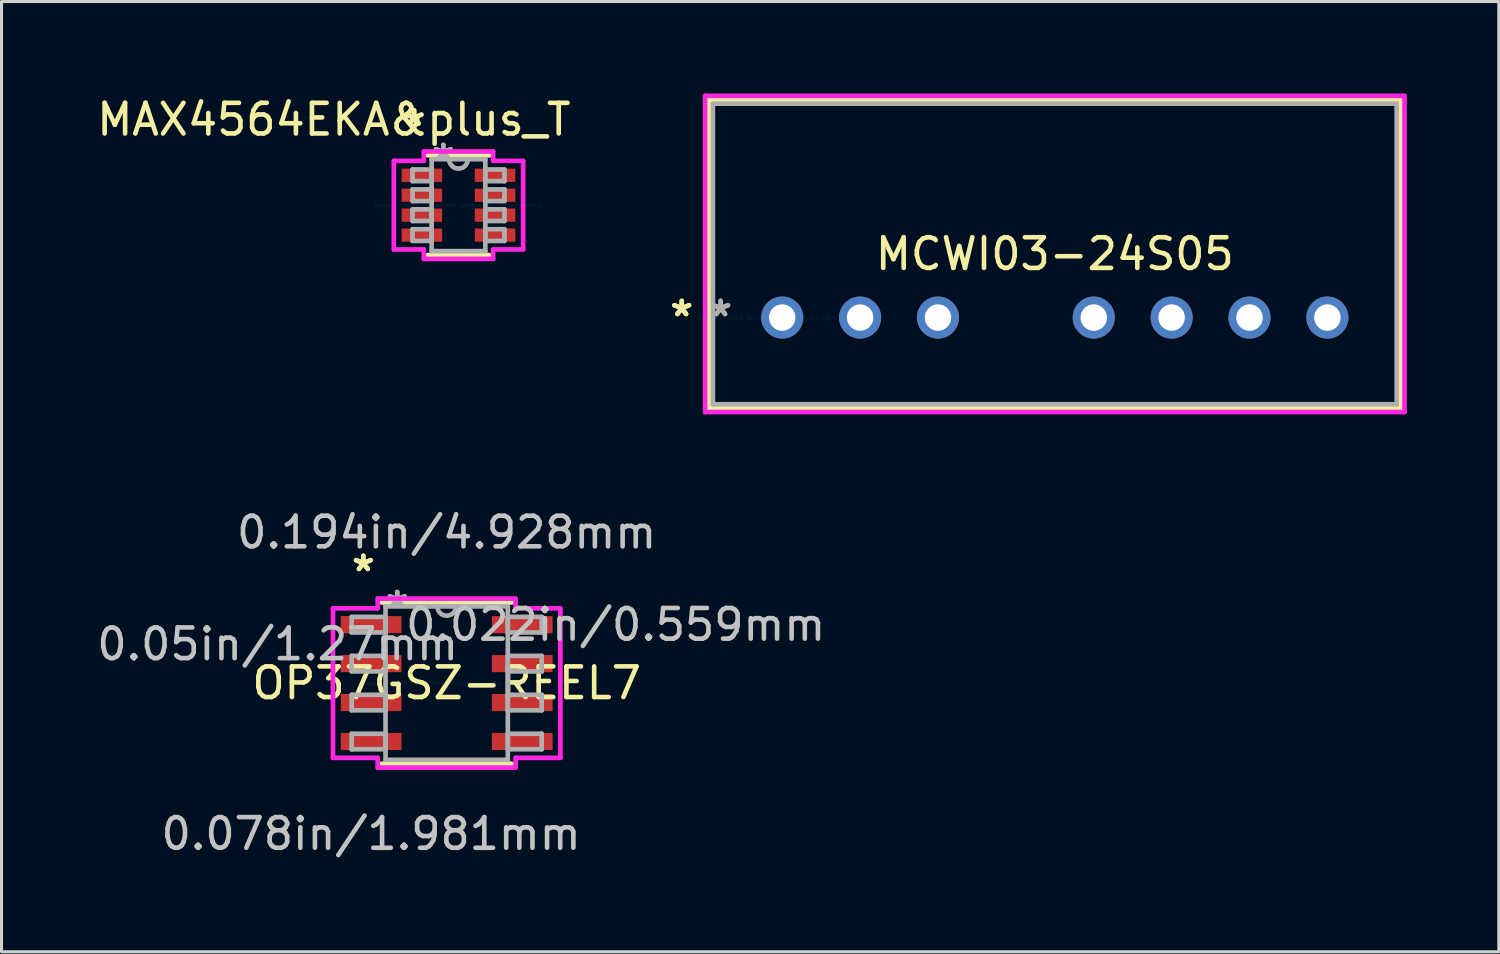
<source format=kicad_pcb>
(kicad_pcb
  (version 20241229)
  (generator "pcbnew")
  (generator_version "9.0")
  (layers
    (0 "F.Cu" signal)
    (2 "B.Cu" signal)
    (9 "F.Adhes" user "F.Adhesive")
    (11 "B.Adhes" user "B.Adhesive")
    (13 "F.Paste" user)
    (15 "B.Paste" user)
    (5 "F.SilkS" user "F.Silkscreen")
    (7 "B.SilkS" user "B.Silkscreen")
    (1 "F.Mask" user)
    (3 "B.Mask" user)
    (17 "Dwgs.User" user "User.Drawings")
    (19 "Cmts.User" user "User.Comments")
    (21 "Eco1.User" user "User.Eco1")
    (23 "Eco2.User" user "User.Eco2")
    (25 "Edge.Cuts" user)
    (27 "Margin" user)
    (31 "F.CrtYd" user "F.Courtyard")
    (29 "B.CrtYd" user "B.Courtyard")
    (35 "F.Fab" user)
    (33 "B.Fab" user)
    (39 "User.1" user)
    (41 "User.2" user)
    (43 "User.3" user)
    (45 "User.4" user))
  (footprint "OP37GSZ-REEL7"
    (layer "F.Cu")
    (at 11.518 19.228)
    (property "Reference" "OP37GSZ-REEL7" (at 0 0 0) (layer "F.SilkS") (effects (font (size 1 1) (thickness 0.15))))
    (attr through_hole)
    (fp_line (start -2.121 2.629) (end 2.121 2.629) (stroke (width 0.152) (type solid)) (layer "F.SilkS"))
    (fp_line (start 2.121 -2.629) (end -2.121 -2.629) (stroke (width 0.152) (type solid)) (layer "F.SilkS"))
    (fp_line (start -3.708 -2.438) (end -2.248 -2.438) (stroke (width 0.152) (type solid)) (layer "F.CrtYd"))
    (fp_line (start -3.708 2.438) (end -3.708 -2.438) (stroke (width 0.152) (type solid)) (layer "F.CrtYd"))
    (fp_line (start -2.248 -2.756) (end 2.248 -2.756) (stroke (width 0.152) (type solid)) (layer "F.CrtYd"))
    (fp_line (start -2.248 -2.438) (end -2.248 -2.756) (stroke (width 0.152) (type solid)) (layer "F.CrtYd"))
    (fp_line (start -2.248 2.438) (end -3.708 2.438) (stroke (width 0.152) (type solid)) (layer "F.CrtYd"))
    (fp_line (start -2.248 2.756) (end -2.248 2.438) (stroke (width 0.152) (type solid)) (layer "F.CrtYd"))
    (fp_line (start 2.248 -2.756) (end 2.248 -2.438) (stroke (width 0.152) (type solid)) (layer "F.CrtYd"))
    (fp_line (start 2.248 -2.438) (end 3.708 -2.438) (stroke (width 0.152) (type solid)) (layer "F.CrtYd"))
    (fp_line (start 2.248 2.438) (end 2.248 2.756) (stroke (width 0.152) (type solid)) (layer "F.CrtYd"))
    (fp_line (start 2.248 2.756) (end -2.248 2.756) (stroke (width 0.152) (type solid)) (layer "F.CrtYd"))
    (fp_line (start 3.708 -2.438) (end 3.708 2.438) (stroke (width 0.152) (type solid)) (layer "F.CrtYd"))
    (fp_line (start 3.708 2.438) (end 2.248 2.438) (stroke (width 0.152) (type solid)) (layer "F.CrtYd"))
    (fp_line (start -3.099 -2.159) (end -3.099 -1.651) (stroke (width 0.152) (type solid)) (layer "F.Fab"))
    (fp_line (start -3.099 -1.651) (end -1.994 -1.651) (stroke (width 0.152) (type solid)) (layer "F.Fab"))
    (fp_line (start -3.099 -0.889) (end -3.099 -0.381) (stroke (width 0.152) (type solid)) (layer "F.Fab"))
    (fp_line (start -3.099 -0.381) (end -1.994 -0.381) (stroke (width 0.152) (type solid)) (layer "F.Fab"))
    (fp_line (start -3.099 0.381) (end -3.099 0.889) (stroke (width 0.152) (type solid)) (layer "F.Fab"))
    (fp_line (start -3.099 0.889) (end -1.994 0.889) (stroke (width 0.152) (type solid)) (layer "F.Fab"))
    (fp_line (start -3.099 1.651) (end -3.099 2.159) (stroke (width 0.152) (type solid)) (layer "F.Fab"))
    (fp_line (start -3.099 2.159) (end -1.994 2.159) (stroke (width 0.152) (type solid)) (layer "F.Fab"))
    (fp_line (start -1.994 -2.502) (end -1.994 2.502) (stroke (width 0.152) (type solid)) (layer "F.Fab"))
    (fp_line (start -1.994 -2.159) (end -3.099 -2.159) (stroke (width 0.152) (type solid)) (layer "F.Fab"))
    (fp_line (start -1.994 -1.651) (end -1.994 -2.159) (stroke (width 0.152) (type solid)) (layer "F.Fab"))
    (fp_line (start -1.994 -0.889) (end -3.099 -0.889) (stroke (width 0.152) (type solid)) (layer "F.Fab"))
    (fp_line (start -1.994 -0.381) (end -1.994 -0.889) (stroke (width 0.152) (type solid)) (layer "F.Fab"))
    (fp_line (start -1.994 0.381) (end -3.099 0.381) (stroke (width 0.152) (type solid)) (layer "F.Fab"))
    (fp_line (start -1.994 0.889) (end -1.994 0.381) (stroke (width 0.152) (type solid)) (layer "F.Fab"))
    (fp_line (start -1.994 1.651) (end -3.099 1.651) (stroke (width 0.152) (type solid)) (layer "F.Fab"))
    (fp_line (start -1.994 2.159) (end -1.994 1.651) (stroke (width 0.152) (type solid)) (layer "F.Fab"))
    (fp_line (start -1.994 2.502) (end 1.994 2.502) (stroke (width 0.152) (type solid)) (layer "F.Fab"))
    (fp_line (start 1.994 -2.502) (end -1.994 -2.502) (stroke (width 0.152) (type solid)) (layer "F.Fab"))
    (fp_line (start 1.994 -2.159) (end 1.994 -1.651) (stroke (width 0.152) (type solid)) (layer "F.Fab"))
    (fp_line (start 1.994 -1.651) (end 3.099 -1.651) (stroke (width 0.152) (type solid)) (layer "F.Fab"))
    (fp_line (start 1.994 -0.889) (end 1.994 -0.381) (stroke (width 0.152) (type solid)) (layer "F.Fab"))
    (fp_line (start 1.994 -0.381) (end 3.099 -0.381) (stroke (width 0.152) (type solid)) (layer "F.Fab"))
    (fp_line (start 1.994 0.381) (end 1.994 0.889) (stroke (width 0.152) (type solid)) (layer "F.Fab"))
    (fp_line (start 1.994 0.889) (end 3.099 0.889) (stroke (width 0.152) (type solid)) (layer "F.Fab"))
    (fp_line (start 1.994 1.651) (end 1.994 2.159) (stroke (width 0.152) (type solid)) (layer "F.Fab"))
    (fp_line (start 1.994 2.159) (end 3.099 2.159) (stroke (width 0.152) (type solid)) (layer "F.Fab"))
    (fp_line (start 1.994 2.502) (end 1.994 -2.502) (stroke (width 0.152) (type solid)) (layer "F.Fab"))
    (fp_line (start 3.099 -2.159) (end 1.994 -2.159) (stroke (width 0.152) (type solid)) (layer "F.Fab"))
    (fp_line (start 3.099 -1.651) (end 3.099 -2.159) (stroke (width 0.152) (type solid)) (layer "F.Fab"))
    (fp_line (start 3.099 -0.889) (end 1.994 -0.889) (stroke (width 0.152) (type solid)) (layer "F.Fab"))
    (fp_line (start 3.099 -0.381) (end 3.099 -0.889) (stroke (width 0.152) (type solid)) (layer "F.Fab"))
    (fp_line (start 3.099 0.381) (end 1.994 0.381) (stroke (width 0.152) (type solid)) (layer "F.Fab"))
    (fp_line (start 3.099 0.889) (end 3.099 0.381) (stroke (width 0.152) (type solid)) (layer "F.Fab"))
    (fp_line (start 3.099 1.651) (end 1.994 1.651) (stroke (width 0.152) (type solid)) (layer "F.Fab"))
    (fp_line (start 3.099 2.159) (end 3.099 1.651) (stroke (width 0.152) (type solid)) (layer "F.Fab"))
    (fp_arc (start 0.3048 -2.5019) (mid 0 -2.1971) (end -0.3048 -2.5019) (stroke (width 0.1524) (type solid)) (layer "F.Fab"))
    (fp_text user "*" (at -2.718 -3.607 0) (layer "F.SilkS") (effects (font (size 1 1) (thickness 0.15))))
    (fp_text user "*" (at -2.718 -3.607 0) (layer "F.SilkS") (effects (font (size 1 1) (thickness 0.15))))
    (fp_text user "0.078in/1.981mm" (at -2.464 4.915 0) (layer "Dwgs.User") (effects (font (size 1 1) (thickness 0.15))))
    (fp_text user "0.194in/4.928mm" (at 0 -4.915 0) (layer "Dwgs.User") (effects (font (size 1 1) (thickness 0.15))))
    (fp_text user "0.05in/1.27mm" (at -5.512 -1.27 0) (layer "Dwgs.User") (effects (font (size 1 1) (thickness 0.15))))
    (fp_text user "0.022in/0.559mm" (at 5.512 -1.905 0) (layer "Dwgs.User") (effects (font (size 1 1) (thickness 0.15))))
    (fp_text user "Copyright 2016 Accelerated Designs. All rights reserved." (at 0 0 0) (layer "Cmts.User") (effects (font (size 0.127 0.127) (thickness 0.002))))
    (fp_text user "*" (at -1.613 -2.426 0) (layer "F.Fab") (effects (font (size 1 1) (thickness 0.15))))
    (fp_text user "*" (at -1.613 -2.426 0) (layer "F.Fab") (effects (font (size 1 1) (thickness 0.15))))
    (pad "1" smd rect (at -2.464 -1.905) (size 1.981 0.559) (layers "F.Cu" "F.Mask" "F.Paste"))
    (pad "2" smd rect (at -2.464 -0.635) (size 1.981 0.559) (layers "F.Cu" "F.Mask" "F.Paste"))
    (pad "3" smd rect (at -2.464 0.635) (size 1.981 0.559) (layers "F.Cu" "F.Mask" "F.Paste"))
    (pad "4" smd rect (at -2.464 1.905) (size 1.981 0.559) (layers "F.Cu" "F.Mask" "F.Paste"))
    (pad "5" smd rect (at 2.464 1.905) (size 1.981 0.559) (layers "F.Cu" "F.Mask" "F.Paste"))
    (pad "6" smd rect (at 2.464 0.635) (size 1.981 0.559) (layers "F.Cu" "F.Mask" "F.Paste"))
    (pad "7" smd rect (at 2.464 -0.635) (size 1.981 0.559) (layers "F.Cu" "F.Mask" "F.Paste"))
    (pad "8" smd rect (at 2.464 -1.905) (size 1.981 0.559) (layers "F.Cu" "F.Mask" "F.Paste")))
  (footprint "MCWI03-24S05"
    (layer "F.Cu")
    (at 22.461 7.307)
    (property "Reference" "MCWI03-24S05" (at 8.89 -2.075 0) (layer "F.SilkS") (effects (font (size 1 1) (thickness 0.15))))
    (attr through_hole)
    (fp_line (start -2.388 -7.104) (end -2.388 2.954) (stroke (width 0.152) (type solid)) (layer "F.SilkS"))
    (fp_line (start -2.388 2.954) (end 20.168 2.954) (stroke (width 0.152) (type solid)) (layer "F.SilkS"))
    (fp_line (start 20.168 -7.104) (end -2.388 -7.104) (stroke (width 0.152) (type solid)) (layer "F.SilkS"))
    (fp_line (start 20.168 2.954) (end 20.168 -7.104) (stroke (width 0.152) (type solid)) (layer "F.SilkS"))
    (fp_line (start -2.515 -7.231) (end 20.295 -7.231) (stroke (width 0.152) (type solid)) (layer "F.CrtYd"))
    (fp_line (start -2.515 3.081) (end -2.515 -7.231) (stroke (width 0.152) (type solid)) (layer "F.CrtYd"))
    (fp_line (start 20.295 -7.231) (end 20.295 3.081) (stroke (width 0.152) (type solid)) (layer "F.CrtYd"))
    (fp_line (start 20.295 3.081) (end -2.515 3.081) (stroke (width 0.152) (type solid)) (layer "F.CrtYd"))
    (fp_line (start -2.261 -6.977) (end -2.261 2.827) (stroke (width 0.152) (type solid)) (layer "F.Fab"))
    (fp_line (start -2.261 2.827) (end 20.041 2.827) (stroke (width 0.152) (type solid)) (layer "F.Fab"))
    (fp_line (start 20.041 -6.977) (end -2.261 -6.977) (stroke (width 0.152) (type solid)) (layer "F.Fab"))
    (fp_line (start 20.041 2.827) (end 20.041 -6.977) (stroke (width 0.152) (type solid)) (layer "F.Fab"))
    (fp_text user "*" (at -3.277 0 0) (layer "F.SilkS") (effects (font (size 1 1) (thickness 0.15))))
    (fp_text user "*" (at -3.277 0 0) (layer "F.SilkS") (effects (font (size 1 1) (thickness 0.15))))
    (fp_text user "Copyright 2016 Accelerated Designs. All rights reserved." (at 0 0 0) (layer "Cmts.User") (effects (font (size 0.127 0.127) (thickness 0.002))))
    (fp_text user "*" (at -2.007 0 0) (layer "F.Fab") (effects (font (size 1 1) (thickness 0.15))))
    (fp_text user "*" (at -2.007 0 0) (layer "F.Fab") (effects (font (size 1 1) (thickness 0.15))))
    (pad "1" thru_hole circle (at 0 0) (size 1.372 1.372) (drill 0.864) (layers "*.Cu" "*.Mask"))
    (pad "2" thru_hole circle (at 2.54 0) (size 1.372 1.372) (drill 0.864) (layers "*.Cu" "*.Mask"))
    (pad "3" thru_hole circle (at 5.08 0) (size 1.372 1.372) (drill 0.864) (layers "*.Cu" "*.Mask"))
    (pad "5" thru_hole circle (at 10.16 0) (size 1.372 1.372) (drill 0.864) (layers "*.Cu" "*.Mask"))
    (pad "6" thru_hole circle (at 12.7 0) (size 1.372 1.372) (drill 0.864) (layers "*.Cu" "*.Mask"))
    (pad "7" thru_hole circle (at 15.24 0) (size 1.372 1.372) (drill 0.864) (layers "*.Cu" "*.Mask"))
    (pad "8" thru_hole circle (at 17.78 0) (size 1.372 1.372) (drill 0.864) (layers "*.Cu" "*.Mask")))
  (footprint "MAX4564EKA&plus_T"
    (layer "F.Cu")
    (at 11.903 3.642)
    (property "Reference" "MAX4564EKA&plus_T" (at -4.064 -2.794 0) (layer "F.SilkS") (effects (font (size 1 1) (thickness 0.15))))
    (attr through_hole)
    (fp_line (start -1.003 1.626) (end 1.003 1.626) (stroke (width 0.152) (type solid)) (layer "F.SilkS"))
    (fp_line (start 1.003 -1.626) (end -1.003 -1.626) (stroke (width 0.152) (type solid)) (layer "F.SilkS"))
    (fp_line (start -2.108 -1.445) (end -1.13 -1.445) (stroke (width 0.152) (type solid)) (layer "F.CrtYd"))
    (fp_line (start -2.108 1.445) (end -2.108 -1.445) (stroke (width 0.152) (type solid)) (layer "F.CrtYd"))
    (fp_line (start -1.13 -1.753) (end 1.13 -1.753) (stroke (width 0.152) (type solid)) (layer "F.CrtYd"))
    (fp_line (start -1.13 -1.445) (end -1.13 -1.753) (stroke (width 0.152) (type solid)) (layer "F.CrtYd"))
    (fp_line (start -1.13 1.445) (end -2.108 1.445) (stroke (width 0.152) (type solid)) (layer "F.CrtYd"))
    (fp_line (start -1.13 1.753) (end -1.13 1.445) (stroke (width 0.152) (type solid)) (layer "F.CrtYd"))
    (fp_line (start 1.13 -1.753) (end 1.13 -1.445) (stroke (width 0.152) (type solid)) (layer "F.CrtYd"))
    (fp_line (start 1.13 -1.445) (end 2.108 -1.445) (stroke (width 0.152) (type solid)) (layer "F.CrtYd"))
    (fp_line (start 1.13 1.445) (end 1.13 1.753) (stroke (width 0.152) (type solid)) (layer "F.CrtYd"))
    (fp_line (start 1.13 1.753) (end -1.13 1.753) (stroke (width 0.152) (type solid)) (layer "F.CrtYd"))
    (fp_line (start 2.108 -1.445) (end 2.108 1.445) (stroke (width 0.152) (type solid)) (layer "F.CrtYd"))
    (fp_line (start 2.108 1.445) (end 1.13 1.445) (stroke (width 0.152) (type solid)) (layer "F.CrtYd"))
    (fp_line (start -1.499 -1.165) (end -1.499 -0.784) (stroke (width 0.152) (type solid)) (layer "F.Fab"))
    (fp_line (start -1.499 -0.784) (end -0.876 -0.784) (stroke (width 0.152) (type solid)) (layer "F.Fab"))
    (fp_line (start -1.499 -0.515) (end -1.499 -0.135) (stroke (width 0.152) (type solid)) (layer "F.Fab"))
    (fp_line (start -1.499 -0.135) (end -0.876 -0.135) (stroke (width 0.152) (type solid)) (layer "F.Fab"))
    (fp_line (start -1.499 0.135) (end -1.499 0.515) (stroke (width 0.152) (type solid)) (layer "F.Fab"))
    (fp_line (start -1.499 0.515) (end -0.876 0.515) (stroke (width 0.152) (type solid)) (layer "F.Fab"))
    (fp_line (start -1.499 0.784) (end -1.499 1.165) (stroke (width 0.152) (type solid)) (layer "F.Fab"))
    (fp_line (start -1.499 1.165) (end -0.876 1.165) (stroke (width 0.152) (type solid)) (layer "F.Fab"))
    (fp_line (start -0.876 -1.499) (end -0.876 1.499) (stroke (width 0.152) (type solid)) (layer "F.Fab"))
    (fp_line (start -0.876 -1.165) (end -1.499 -1.165) (stroke (width 0.152) (type solid)) (layer "F.Fab"))
    (fp_line (start -0.876 -0.784) (end -0.876 -1.165) (stroke (width 0.152) (type solid)) (layer "F.Fab"))
    (fp_line (start -0.876 -0.515) (end -1.499 -0.515) (stroke (width 0.152) (type solid)) (layer "F.Fab"))
    (fp_line (start -0.876 -0.135) (end -0.876 -0.515) (stroke (width 0.152) (type solid)) (layer "F.Fab"))
    (fp_line (start -0.876 0.135) (end -1.499 0.135) (stroke (width 0.152) (type solid)) (layer "F.Fab"))
    (fp_line (start -0.876 0.515) (end -0.876 0.135) (stroke (width 0.152) (type solid)) (layer "F.Fab"))
    (fp_line (start -0.876 0.784) (end -1.499 0.784) (stroke (width 0.152) (type solid)) (layer "F.Fab"))
    (fp_line (start -0.876 1.165) (end -0.876 0.784) (stroke (width 0.152) (type solid)) (layer "F.Fab"))
    (fp_line (start -0.876 1.499) (end 0.876 1.499) (stroke (width 0.152) (type solid)) (layer "F.Fab"))
    (fp_line (start 0.876 -1.499) (end -0.876 -1.499) (stroke (width 0.152) (type solid)) (layer "F.Fab"))
    (fp_line (start 0.876 -1.165) (end 0.876 -0.784) (stroke (width 0.152) (type solid)) (layer "F.Fab"))
    (fp_line (start 0.876 -0.784) (end 1.499 -0.784) (stroke (width 0.152) (type solid)) (layer "F.Fab"))
    (fp_line (start 0.876 -0.515) (end 0.876 -0.135) (stroke (width 0.152) (type solid)) (layer "F.Fab"))
    (fp_line (start 0.876 -0.135) (end 1.499 -0.135) (stroke (width 0.152) (type solid)) (layer "F.Fab"))
    (fp_line (start 0.876 0.135) (end 0.876 0.515) (stroke (width 0.152) (type solid)) (layer "F.Fab"))
    (fp_line (start 0.876 0.515) (end 1.499 0.515) (stroke (width 0.152) (type solid)) (layer "F.Fab"))
    (fp_line (start 0.876 0.784) (end 0.876 1.165) (stroke (width 0.152) (type solid)) (layer "F.Fab"))
    (fp_line (start 0.876 1.165) (end 1.499 1.165) (stroke (width 0.152) (type solid)) (layer "F.Fab"))
    (fp_line (start 0.876 1.499) (end 0.876 -1.499) (stroke (width 0.152) (type solid)) (layer "F.Fab"))
    (fp_line (start 1.499 -1.165) (end 0.876 -1.165) (stroke (width 0.152) (type solid)) (layer "F.Fab"))
    (fp_line (start 1.499 -0.784) (end 1.499 -1.165) (stroke (width 0.152) (type solid)) (layer "F.Fab"))
    (fp_line (start 1.499 -0.515) (end 0.876 -0.515) (stroke (width 0.152) (type solid)) (layer "F.Fab"))
    (fp_line (start 1.499 -0.135) (end 1.499 -0.515) (stroke (width 0.152) (type solid)) (layer "F.Fab"))
    (fp_line (start 1.499 0.135) (end 0.876 0.135) (stroke (width 0.152) (type solid)) (layer "F.Fab"))
    (fp_line (start 1.499 0.515) (end 1.499 0.135) (stroke (width 0.152) (type solid)) (layer "F.Fab"))
    (fp_line (start 1.499 0.784) (end 0.876 0.784) (stroke (width 0.152) (type solid)) (layer "F.Fab"))
    (fp_line (start 1.499 1.165) (end 1.499 0.784) (stroke (width 0.152) (type solid)) (layer "F.Fab"))
    (fp_arc (start 0.3048 -1.4986) (mid 0 -1.1938) (end -0.3048 -1.4986) (stroke (width 0.1524) (type solid)) (layer "F.Fab"))
    (fp_text user "*" (at -1.448 -2.55 0) (layer "F.SilkS") (effects (font (size 1 1) (thickness 0.15))))
    (fp_text user "*" (at -1.448 -2.55 0) (layer "F.SilkS") (effects (font (size 1 1) (thickness 0.15))))
    (fp_text user "Copyright 2016 Accelerated Designs. All rights reserved." (at 0 0 0) (layer "Cmts.User") (effects (font (size 0.127 0.127) (thickness 0.002))))
    (fp_text user "*" (at -0.495 -1.422 0) (layer "F.Fab") (effects (font (size 1 1) (thickness 0.15))))
    (fp_text user "*" (at -0.495 -1.422 0) (layer "F.Fab") (effects (font (size 1 1) (thickness 0.15))))
    (pad "1" smd rect (at -1.194 -0.975) (size 1.321 0.432) (layers "F.Cu" "F.Mask" "F.Paste"))
    (pad "2" smd rect (at -1.194 -0.325) (size 1.321 0.432) (layers "F.Cu" "F.Mask" "F.Paste"))
    (pad "3" smd rect (at -1.194 0.325) (size 1.321 0.432) (layers "F.Cu" "F.Mask" "F.Paste"))
    (pad "4" smd rect (at -1.194 0.975) (size 1.321 0.432) (layers "F.Cu" "F.Mask" "F.Paste"))
    (pad "5" smd rect (at 1.194 0.975) (size 1.321 0.432) (layers "F.Cu" "F.Mask" "F.Paste"))
    (pad "6" smd rect (at 1.194 0.325) (size 1.321 0.432) (layers "F.Cu" "F.Mask" "F.Paste"))
    (pad "7" smd rect (at 1.194 -0.325) (size 1.321 0.432) (layers "F.Cu" "F.Mask" "F.Paste"))
    (pad "8" smd rect (at 1.194 -0.975) (size 1.321 0.432) (layers "F.Cu" "F.Mask" "F.Paste")))
  (gr_rect
    (start -3 -3)
    (end 45.832 27.991)
    (stroke (width 0.1) (type default))
    (fill no)
    (layer "Edge.Cuts")))
</source>
